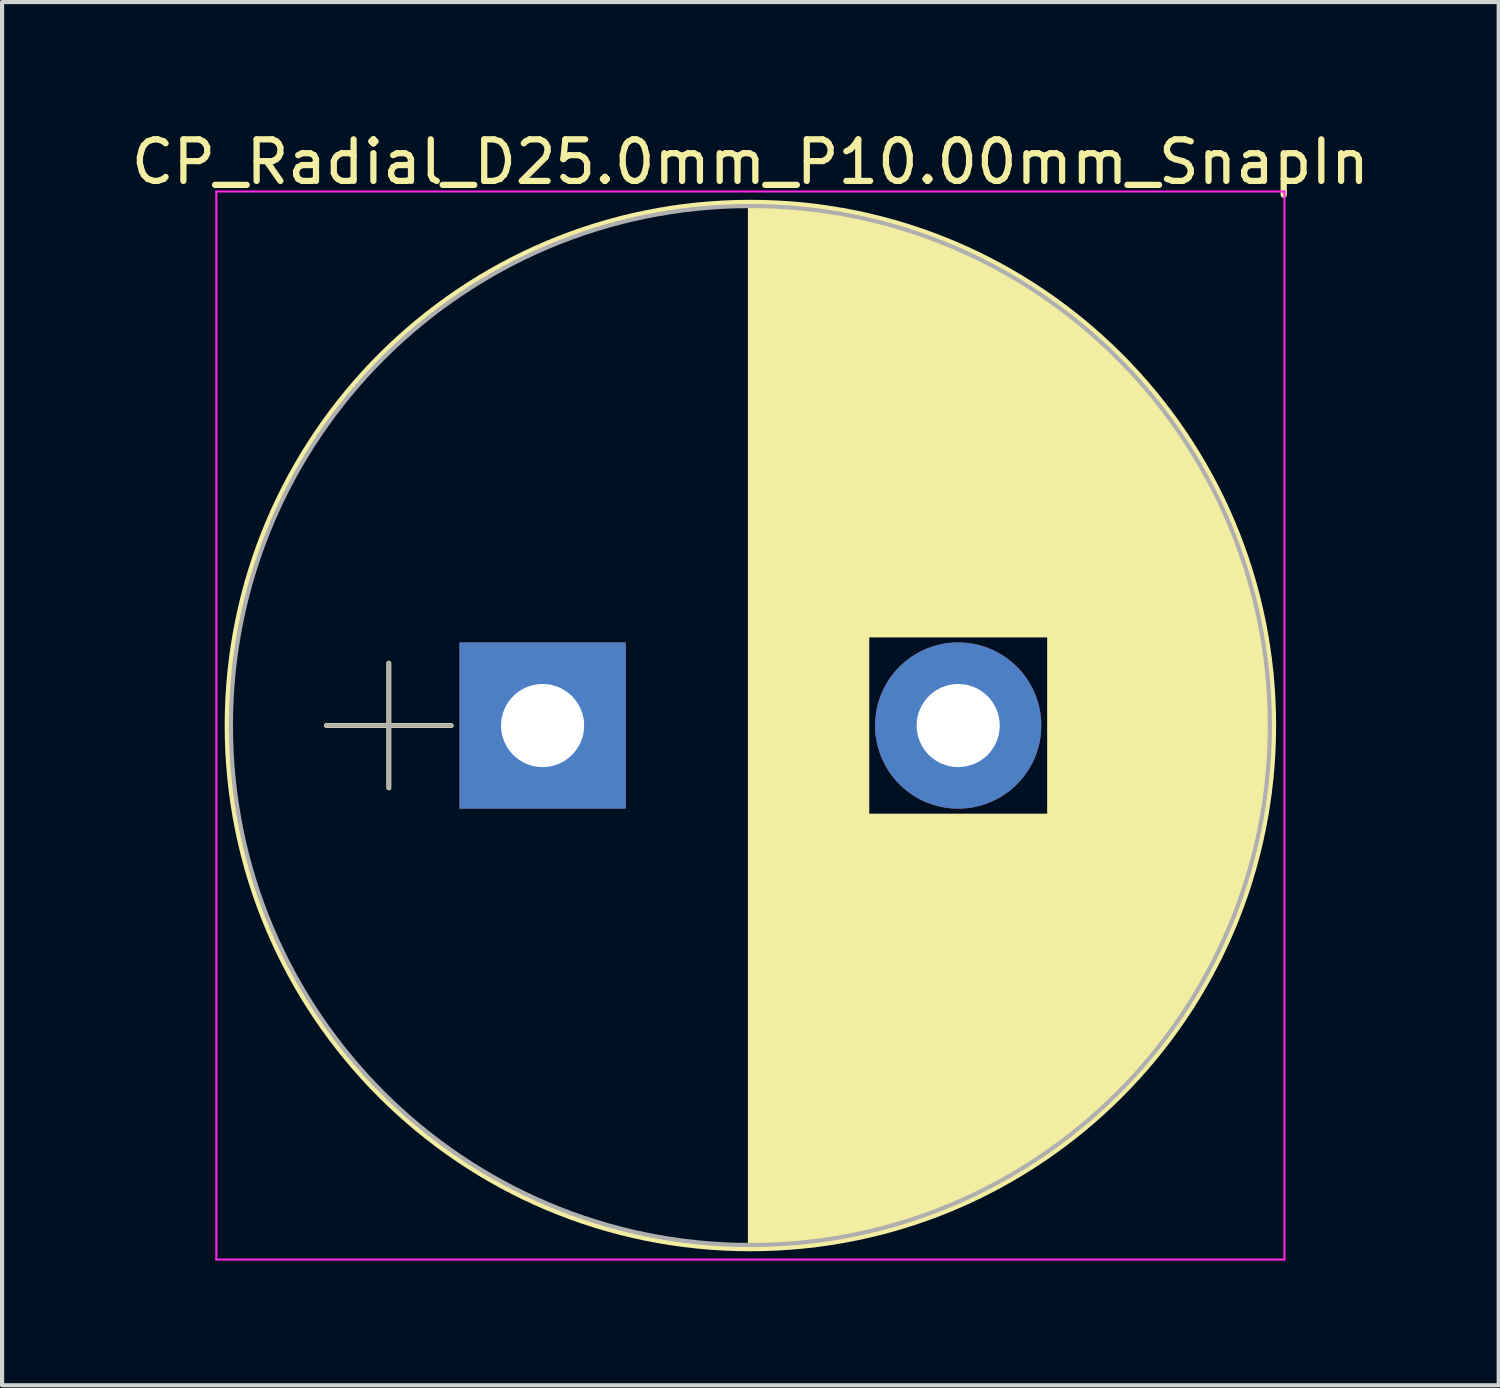
<source format=kicad_pcb>
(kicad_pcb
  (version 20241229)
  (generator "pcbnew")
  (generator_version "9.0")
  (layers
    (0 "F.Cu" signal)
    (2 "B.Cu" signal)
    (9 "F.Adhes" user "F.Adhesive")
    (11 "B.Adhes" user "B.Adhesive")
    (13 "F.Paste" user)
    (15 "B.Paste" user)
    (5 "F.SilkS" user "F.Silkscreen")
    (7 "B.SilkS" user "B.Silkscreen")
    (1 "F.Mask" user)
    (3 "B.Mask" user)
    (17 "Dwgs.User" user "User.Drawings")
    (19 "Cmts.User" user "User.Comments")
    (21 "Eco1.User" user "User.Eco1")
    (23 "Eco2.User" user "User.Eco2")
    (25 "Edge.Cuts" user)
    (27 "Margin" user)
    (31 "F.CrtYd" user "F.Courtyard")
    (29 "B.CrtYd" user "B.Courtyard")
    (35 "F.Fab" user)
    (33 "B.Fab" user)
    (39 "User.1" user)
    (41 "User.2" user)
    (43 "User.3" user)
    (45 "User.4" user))
  (footprint "CP_Radial_D25.0mm_P10.00mm_SnapIn"
    (layer "F.Cu")
    (at 10.006 14.408)
    (property "Reference" "CP_Radial_D25.0mm_P10.00mm_SnapIn" (at 5 -13.56 0) (layer "F.SilkS") (effects (font (size 1 1) (thickness 0.15))))
    (attr through_hole)
    (fp_line (start -5.2 0) (end -2.2 0) (stroke (width 0.12) (type solid)) (layer "F.SilkS"))
    (fp_line (start -3.7 -1.5) (end -3.7 1.5) (stroke (width 0.12) (type solid)) (layer "F.SilkS"))
    (fp_line (start 5 -12.55) (end 5 12.55) (stroke (width 0.12) (type solid)) (layer "F.SilkS"))
    (fp_line (start 5.04 -12.55) (end 5.04 12.55) (stroke (width 0.12) (type solid)) (layer "F.SilkS"))
    (fp_line (start 5.08 -12.55) (end 5.08 12.55) (stroke (width 0.12) (type solid)) (layer "F.SilkS"))
    (fp_line (start 5.12 -12.55) (end 5.12 12.55) (stroke (width 0.12) (type solid)) (layer "F.SilkS"))
    (fp_line (start 5.16 -12.549) (end 5.16 12.549) (stroke (width 0.12) (type solid)) (layer "F.SilkS"))
    (fp_line (start 5.2 -12.549) (end 5.2 12.549) (stroke (width 0.12) (type solid)) (layer "F.SilkS"))
    (fp_line (start 5.24 -12.548) (end 5.24 12.548) (stroke (width 0.12) (type solid)) (layer "F.SilkS"))
    (fp_line (start 5.28 -12.547) (end 5.28 12.547) (stroke (width 0.12) (type solid)) (layer "F.SilkS"))
    (fp_line (start 5.32 -12.546) (end 5.32 12.546) (stroke (width 0.12) (type solid)) (layer "F.SilkS"))
    (fp_line (start 5.36 -12.545) (end 5.36 12.545) (stroke (width 0.12) (type solid)) (layer "F.SilkS"))
    (fp_line (start 5.4 -12.544) (end 5.4 12.544) (stroke (width 0.12) (type solid)) (layer "F.SilkS"))
    (fp_line (start 5.44 -12.543) (end 5.44 12.543) (stroke (width 0.12) (type solid)) (layer "F.SilkS"))
    (fp_line (start 5.48 -12.541) (end 5.48 12.541) (stroke (width 0.12) (type solid)) (layer "F.SilkS"))
    (fp_line (start 5.52 -12.54) (end 5.52 12.54) (stroke (width 0.12) (type solid)) (layer "F.SilkS"))
    (fp_line (start 5.56 -12.538) (end 5.56 12.538) (stroke (width 0.12) (type solid)) (layer "F.SilkS"))
    (fp_line (start 5.6 -12.536) (end 5.6 12.536) (stroke (width 0.12) (type solid)) (layer "F.SilkS"))
    (fp_line (start 5.64 -12.534) (end 5.64 12.534) (stroke (width 0.12) (type solid)) (layer "F.SilkS"))
    (fp_line (start 5.68 -12.532) (end 5.68 12.532) (stroke (width 0.12) (type solid)) (layer "F.SilkS"))
    (fp_line (start 5.721 -12.53) (end 5.721 12.53) (stroke (width 0.12) (type solid)) (layer "F.SilkS"))
    (fp_line (start 5.761 -12.528) (end 5.761 12.528) (stroke (width 0.12) (type solid)) (layer "F.SilkS"))
    (fp_line (start 5.801 -12.525) (end 5.801 12.525) (stroke (width 0.12) (type solid)) (layer "F.SilkS"))
    (fp_line (start 5.841 -12.522) (end 5.841 12.522) (stroke (width 0.12) (type solid)) (layer "F.SilkS"))
    (fp_line (start 5.881 -12.52) (end 5.881 12.52) (stroke (width 0.12) (type solid)) (layer "F.SilkS"))
    (fp_line (start 5.921 -12.517) (end 5.921 12.517) (stroke (width 0.12) (type solid)) (layer "F.SilkS"))
    (fp_line (start 5.961 -12.514) (end 5.961 12.514) (stroke (width 0.12) (type solid)) (layer "F.SilkS"))
    (fp_line (start 6.001 -12.511) (end 6.001 12.511) (stroke (width 0.12) (type solid)) (layer "F.SilkS"))
    (fp_line (start 6.041 -12.507) (end 6.041 12.507) (stroke (width 0.12) (type solid)) (layer "F.SilkS"))
    (fp_line (start 6.081 -12.504) (end 6.081 12.504) (stroke (width 0.12) (type solid)) (layer "F.SilkS"))
    (fp_line (start 6.121 -12.501) (end 6.121 12.501) (stroke (width 0.12) (type solid)) (layer "F.SilkS"))
    (fp_line (start 6.161 -12.497) (end 6.161 12.497) (stroke (width 0.12) (type solid)) (layer "F.SilkS"))
    (fp_line (start 6.201 -12.493) (end 6.201 12.493) (stroke (width 0.12) (type solid)) (layer "F.SilkS"))
    (fp_line (start 6.241 -12.489) (end 6.241 12.489) (stroke (width 0.12) (type solid)) (layer "F.SilkS"))
    (fp_line (start 6.281 -12.485) (end 6.281 12.485) (stroke (width 0.12) (type solid)) (layer "F.SilkS"))
    (fp_line (start 6.321 -12.481) (end 6.321 12.481) (stroke (width 0.12) (type solid)) (layer "F.SilkS"))
    (fp_line (start 6.361 -12.477) (end 6.361 12.477) (stroke (width 0.12) (type solid)) (layer "F.SilkS"))
    (fp_line (start 6.401 -12.472) (end 6.401 12.472) (stroke (width 0.12) (type solid)) (layer "F.SilkS"))
    (fp_line (start 6.441 -12.468) (end 6.441 12.468) (stroke (width 0.12) (type solid)) (layer "F.SilkS"))
    (fp_line (start 6.481 -12.463) (end 6.481 12.463) (stroke (width 0.12) (type solid)) (layer "F.SilkS"))
    (fp_line (start 6.521 -12.458) (end 6.521 12.458) (stroke (width 0.12) (type solid)) (layer "F.SilkS"))
    (fp_line (start 6.561 -12.453) (end 6.561 12.453) (stroke (width 0.12) (type solid)) (layer "F.SilkS"))
    (fp_line (start 6.601 -12.448) (end 6.601 12.448) (stroke (width 0.12) (type solid)) (layer "F.SilkS"))
    (fp_line (start 6.641 -12.443) (end 6.641 12.443) (stroke (width 0.12) (type solid)) (layer "F.SilkS"))
    (fp_line (start 6.681 -12.438) (end 6.681 12.438) (stroke (width 0.12) (type solid)) (layer "F.SilkS"))
    (fp_line (start 6.721 -12.432) (end 6.721 12.432) (stroke (width 0.12) (type solid)) (layer "F.SilkS"))
    (fp_line (start 6.761 -12.427) (end 6.761 12.427) (stroke (width 0.12) (type solid)) (layer "F.SilkS"))
    (fp_line (start 6.801 -12.421) (end 6.801 12.421) (stroke (width 0.12) (type solid)) (layer "F.SilkS"))
    (fp_line (start 6.841 -12.415) (end 6.841 12.415) (stroke (width 0.12) (type solid)) (layer "F.SilkS"))
    (fp_line (start 6.881 -12.409) (end 6.881 12.409) (stroke (width 0.12) (type solid)) (layer "F.SilkS"))
    (fp_line (start 6.921 -12.403) (end 6.921 12.403) (stroke (width 0.12) (type solid)) (layer "F.SilkS"))
    (fp_line (start 6.961 -12.397) (end 6.961 12.397) (stroke (width 0.12) (type solid)) (layer "F.SilkS"))
    (fp_line (start 7.001 -12.391) (end 7.001 12.391) (stroke (width 0.12) (type solid)) (layer "F.SilkS"))
    (fp_line (start 7.041 -12.384) (end 7.041 12.384) (stroke (width 0.12) (type solid)) (layer "F.SilkS"))
    (fp_line (start 7.081 -12.377) (end 7.081 12.377) (stroke (width 0.12) (type solid)) (layer "F.SilkS"))
    (fp_line (start 7.121 -12.371) (end 7.121 12.371) (stroke (width 0.12) (type solid)) (layer "F.SilkS"))
    (fp_line (start 7.161 -12.364) (end 7.161 12.364) (stroke (width 0.12) (type solid)) (layer "F.SilkS"))
    (fp_line (start 7.201 -12.357) (end 7.201 12.357) (stroke (width 0.12) (type solid)) (layer "F.SilkS"))
    (fp_line (start 7.241 -12.35) (end 7.241 12.35) (stroke (width 0.12) (type solid)) (layer "F.SilkS"))
    (fp_line (start 7.281 -12.342) (end 7.281 12.342) (stroke (width 0.12) (type solid)) (layer "F.SilkS"))
    (fp_line (start 7.321 -12.335) (end 7.321 12.335) (stroke (width 0.12) (type solid)) (layer "F.SilkS"))
    (fp_line (start 7.361 -12.327) (end 7.361 12.327) (stroke (width 0.12) (type solid)) (layer "F.SilkS"))
    (fp_line (start 7.401 -12.32) (end 7.401 12.32) (stroke (width 0.12) (type solid)) (layer "F.SilkS"))
    (fp_line (start 7.441 -12.312) (end 7.441 12.312) (stroke (width 0.12) (type solid)) (layer "F.SilkS"))
    (fp_line (start 7.481 -12.304) (end 7.481 12.304) (stroke (width 0.12) (type solid)) (layer "F.SilkS"))
    (fp_line (start 7.521 -12.296) (end 7.521 12.296) (stroke (width 0.12) (type solid)) (layer "F.SilkS"))
    (fp_line (start 7.561 -12.287) (end 7.561 12.287) (stroke (width 0.12) (type solid)) (layer "F.SilkS"))
    (fp_line (start 7.601 -12.279) (end 7.601 12.279) (stroke (width 0.12) (type solid)) (layer "F.SilkS"))
    (fp_line (start 7.641 -12.271) (end 7.641 12.271) (stroke (width 0.12) (type solid)) (layer "F.SilkS"))
    (fp_line (start 7.681 -12.262) (end 7.681 12.262) (stroke (width 0.12) (type solid)) (layer "F.SilkS"))
    (fp_line (start 7.721 -12.253) (end 7.721 12.253) (stroke (width 0.12) (type solid)) (layer "F.SilkS"))
    (fp_line (start 7.761 -12.244) (end 7.761 12.244) (stroke (width 0.12) (type solid)) (layer "F.SilkS"))
    (fp_line (start 7.801 -12.235) (end 7.801 12.235) (stroke (width 0.12) (type solid)) (layer "F.SilkS"))
    (fp_line (start 7.841 -12.226) (end 7.841 -2.18) (stroke (width 0.12) (type solid)) (layer "F.SilkS"))
    (fp_line (start 7.841 2.18) (end 7.841 12.226) (stroke (width 0.12) (type solid)) (layer "F.SilkS"))
    (fp_line (start 7.881 -12.217) (end 7.881 -2.18) (stroke (width 0.12) (type solid)) (layer "F.SilkS"))
    (fp_line (start 7.881 2.18) (end 7.881 12.217) (stroke (width 0.12) (type solid)) (layer "F.SilkS"))
    (fp_line (start 7.921 -12.207) (end 7.921 -2.18) (stroke (width 0.12) (type solid)) (layer "F.SilkS"))
    (fp_line (start 7.921 2.18) (end 7.921 12.207) (stroke (width 0.12) (type solid)) (layer "F.SilkS"))
    (fp_line (start 7.961 -12.198) (end 7.961 -2.18) (stroke (width 0.12) (type solid)) (layer "F.SilkS"))
    (fp_line (start 7.961 2.18) (end 7.961 12.198) (stroke (width 0.12) (type solid)) (layer "F.SilkS"))
    (fp_line (start 8.001 -12.188) (end 8.001 -2.18) (stroke (width 0.12) (type solid)) (layer "F.SilkS"))
    (fp_line (start 8.001 2.18) (end 8.001 12.188) (stroke (width 0.12) (type solid)) (layer "F.SilkS"))
    (fp_line (start 8.041 -12.178) (end 8.041 -2.18) (stroke (width 0.12) (type solid)) (layer "F.SilkS"))
    (fp_line (start 8.041 2.18) (end 8.041 12.178) (stroke (width 0.12) (type solid)) (layer "F.SilkS"))
    (fp_line (start 8.081 -12.168) (end 8.081 -2.18) (stroke (width 0.12) (type solid)) (layer "F.SilkS"))
    (fp_line (start 8.081 2.18) (end 8.081 12.168) (stroke (width 0.12) (type solid)) (layer "F.SilkS"))
    (fp_line (start 8.121 -12.158) (end 8.121 -2.18) (stroke (width 0.12) (type solid)) (layer "F.SilkS"))
    (fp_line (start 8.121 2.18) (end 8.121 12.158) (stroke (width 0.12) (type solid)) (layer "F.SilkS"))
    (fp_line (start 8.161 -12.147) (end 8.161 -2.18) (stroke (width 0.12) (type solid)) (layer "F.SilkS"))
    (fp_line (start 8.161 2.18) (end 8.161 12.147) (stroke (width 0.12) (type solid)) (layer "F.SilkS"))
    (fp_line (start 8.201 -12.137) (end 8.201 -2.18) (stroke (width 0.12) (type solid)) (layer "F.SilkS"))
    (fp_line (start 8.201 2.18) (end 8.201 12.137) (stroke (width 0.12) (type solid)) (layer "F.SilkS"))
    (fp_line (start 8.241 -12.126) (end 8.241 -2.18) (stroke (width 0.12) (type solid)) (layer "F.SilkS"))
    (fp_line (start 8.241 2.18) (end 8.241 12.126) (stroke (width 0.12) (type solid)) (layer "F.SilkS"))
    (fp_line (start 8.281 -12.116) (end 8.281 -2.18) (stroke (width 0.12) (type solid)) (layer "F.SilkS"))
    (fp_line (start 8.281 2.18) (end 8.281 12.116) (stroke (width 0.12) (type solid)) (layer "F.SilkS"))
    (fp_line (start 8.321 -12.105) (end 8.321 -2.18) (stroke (width 0.12) (type solid)) (layer "F.SilkS"))
    (fp_line (start 8.321 2.18) (end 8.321 12.105) (stroke (width 0.12) (type solid)) (layer "F.SilkS"))
    (fp_line (start 8.361 -12.094) (end 8.361 -2.18) (stroke (width 0.12) (type solid)) (layer "F.SilkS"))
    (fp_line (start 8.361 2.18) (end 8.361 12.094) (stroke (width 0.12) (type solid)) (layer "F.SilkS"))
    (fp_line (start 8.401 -12.083) (end 8.401 -2.18) (stroke (width 0.12) (type solid)) (layer "F.SilkS"))
    (fp_line (start 8.401 2.18) (end 8.401 12.083) (stroke (width 0.12) (type solid)) (layer "F.SilkS"))
    (fp_line (start 8.441 -12.071) (end 8.441 -2.18) (stroke (width 0.12) (type solid)) (layer "F.SilkS"))
    (fp_line (start 8.441 2.18) (end 8.441 12.071) (stroke (width 0.12) (type solid)) (layer "F.SilkS"))
    (fp_line (start 8.481 -12.06) (end 8.481 -2.18) (stroke (width 0.12) (type solid)) (layer "F.SilkS"))
    (fp_line (start 8.481 2.18) (end 8.481 12.06) (stroke (width 0.12) (type solid)) (layer "F.SilkS"))
    (fp_line (start 8.521 -12.048) (end 8.521 -2.18) (stroke (width 0.12) (type solid)) (layer "F.SilkS"))
    (fp_line (start 8.521 2.18) (end 8.521 12.048) (stroke (width 0.12) (type solid)) (layer "F.SilkS"))
    (fp_line (start 8.561 -12.037) (end 8.561 -2.18) (stroke (width 0.12) (type solid)) (layer "F.SilkS"))
    (fp_line (start 8.561 2.18) (end 8.561 12.037) (stroke (width 0.12) (type solid)) (layer "F.SilkS"))
    (fp_line (start 8.601 -12.025) (end 8.601 -2.18) (stroke (width 0.12) (type solid)) (layer "F.SilkS"))
    (fp_line (start 8.601 2.18) (end 8.601 12.025) (stroke (width 0.12) (type solid)) (layer "F.SilkS"))
    (fp_line (start 8.641 -12.013) (end 8.641 -2.18) (stroke (width 0.12) (type solid)) (layer "F.SilkS"))
    (fp_line (start 8.641 2.18) (end 8.641 12.013) (stroke (width 0.12) (type solid)) (layer "F.SilkS"))
    (fp_line (start 8.681 -12.001) (end 8.681 -2.18) (stroke (width 0.12) (type solid)) (layer "F.SilkS"))
    (fp_line (start 8.681 2.18) (end 8.681 12.001) (stroke (width 0.12) (type solid)) (layer "F.SilkS"))
    (fp_line (start 8.721 -11.988) (end 8.721 -2.18) (stroke (width 0.12) (type solid)) (layer "F.SilkS"))
    (fp_line (start 8.721 2.18) (end 8.721 11.988) (stroke (width 0.12) (type solid)) (layer "F.SilkS"))
    (fp_line (start 8.761 -11.976) (end 8.761 -2.18) (stroke (width 0.12) (type solid)) (layer "F.SilkS"))
    (fp_line (start 8.761 2.18) (end 8.761 11.976) (stroke (width 0.12) (type solid)) (layer "F.SilkS"))
    (fp_line (start 8.801 -11.963) (end 8.801 -2.18) (stroke (width 0.12) (type solid)) (layer "F.SilkS"))
    (fp_line (start 8.801 2.18) (end 8.801 11.963) (stroke (width 0.12) (type solid)) (layer "F.SilkS"))
    (fp_line (start 8.841 -11.951) (end 8.841 -2.18) (stroke (width 0.12) (type solid)) (layer "F.SilkS"))
    (fp_line (start 8.841 2.18) (end 8.841 11.951) (stroke (width 0.12) (type solid)) (layer "F.SilkS"))
    (fp_line (start 8.881 -11.938) (end 8.881 -2.18) (stroke (width 0.12) (type solid)) (layer "F.SilkS"))
    (fp_line (start 8.881 2.18) (end 8.881 11.938) (stroke (width 0.12) (type solid)) (layer "F.SilkS"))
    (fp_line (start 8.921 -11.925) (end 8.921 -2.18) (stroke (width 0.12) (type solid)) (layer "F.SilkS"))
    (fp_line (start 8.921 2.18) (end 8.921 11.925) (stroke (width 0.12) (type solid)) (layer "F.SilkS"))
    (fp_line (start 8.961 -11.912) (end 8.961 -2.18) (stroke (width 0.12) (type solid)) (layer "F.SilkS"))
    (fp_line (start 8.961 2.18) (end 8.961 11.912) (stroke (width 0.12) (type solid)) (layer "F.SilkS"))
    (fp_line (start 9.001 -11.898) (end 9.001 -2.18) (stroke (width 0.12) (type solid)) (layer "F.SilkS"))
    (fp_line (start 9.001 2.18) (end 9.001 11.898) (stroke (width 0.12) (type solid)) (layer "F.SilkS"))
    (fp_line (start 9.041 -11.885) (end 9.041 -2.18) (stroke (width 0.12) (type solid)) (layer "F.SilkS"))
    (fp_line (start 9.041 2.18) (end 9.041 11.885) (stroke (width 0.12) (type solid)) (layer "F.SilkS"))
    (fp_line (start 9.081 -11.871) (end 9.081 -2.18) (stroke (width 0.12) (type solid)) (layer "F.SilkS"))
    (fp_line (start 9.081 2.18) (end 9.081 11.871) (stroke (width 0.12) (type solid)) (layer "F.SilkS"))
    (fp_line (start 9.121 -11.857) (end 9.121 -2.18) (stroke (width 0.12) (type solid)) (layer "F.SilkS"))
    (fp_line (start 9.121 2.18) (end 9.121 11.857) (stroke (width 0.12) (type solid)) (layer "F.SilkS"))
    (fp_line (start 9.161 -11.843) (end 9.161 -2.18) (stroke (width 0.12) (type solid)) (layer "F.SilkS"))
    (fp_line (start 9.161 2.18) (end 9.161 11.843) (stroke (width 0.12) (type solid)) (layer "F.SilkS"))
    (fp_line (start 9.201 -11.829) (end 9.201 -2.18) (stroke (width 0.12) (type solid)) (layer "F.SilkS"))
    (fp_line (start 9.201 2.18) (end 9.201 11.829) (stroke (width 0.12) (type solid)) (layer "F.SilkS"))
    (fp_line (start 9.241 -11.815) (end 9.241 -2.18) (stroke (width 0.12) (type solid)) (layer "F.SilkS"))
    (fp_line (start 9.241 2.18) (end 9.241 11.815) (stroke (width 0.12) (type solid)) (layer "F.SilkS"))
    (fp_line (start 9.281 -11.801) (end 9.281 -2.18) (stroke (width 0.12) (type solid)) (layer "F.SilkS"))
    (fp_line (start 9.281 2.18) (end 9.281 11.801) (stroke (width 0.12) (type solid)) (layer "F.SilkS"))
    (fp_line (start 9.321 -11.786) (end 9.321 -2.18) (stroke (width 0.12) (type solid)) (layer "F.SilkS"))
    (fp_line (start 9.321 2.18) (end 9.321 11.786) (stroke (width 0.12) (type solid)) (layer "F.SilkS"))
    (fp_line (start 9.361 -11.771) (end 9.361 -2.18) (stroke (width 0.12) (type solid)) (layer "F.SilkS"))
    (fp_line (start 9.361 2.18) (end 9.361 11.771) (stroke (width 0.12) (type solid)) (layer "F.SilkS"))
    (fp_line (start 9.401 -11.757) (end 9.401 -2.18) (stroke (width 0.12) (type solid)) (layer "F.SilkS"))
    (fp_line (start 9.401 2.18) (end 9.401 11.757) (stroke (width 0.12) (type solid)) (layer "F.SilkS"))
    (fp_line (start 9.441 -11.742) (end 9.441 -2.18) (stroke (width 0.12) (type solid)) (layer "F.SilkS"))
    (fp_line (start 9.441 2.18) (end 9.441 11.742) (stroke (width 0.12) (type solid)) (layer "F.SilkS"))
    (fp_line (start 9.481 -11.726) (end 9.481 -2.18) (stroke (width 0.12) (type solid)) (layer "F.SilkS"))
    (fp_line (start 9.481 2.18) (end 9.481 11.726) (stroke (width 0.12) (type solid)) (layer "F.SilkS"))
    (fp_line (start 9.521 -11.711) (end 9.521 -2.18) (stroke (width 0.12) (type solid)) (layer "F.SilkS"))
    (fp_line (start 9.521 2.18) (end 9.521 11.711) (stroke (width 0.12) (type solid)) (layer "F.SilkS"))
    (fp_line (start 9.561 -11.696) (end 9.561 -2.18) (stroke (width 0.12) (type solid)) (layer "F.SilkS"))
    (fp_line (start 9.561 2.18) (end 9.561 11.696) (stroke (width 0.12) (type solid)) (layer "F.SilkS"))
    (fp_line (start 9.601 -11.68) (end 9.601 -2.18) (stroke (width 0.12) (type solid)) (layer "F.SilkS"))
    (fp_line (start 9.601 2.18) (end 9.601 11.68) (stroke (width 0.12) (type solid)) (layer "F.SilkS"))
    (fp_line (start 9.641 -11.664) (end 9.641 -2.18) (stroke (width 0.12) (type solid)) (layer "F.SilkS"))
    (fp_line (start 9.641 2.18) (end 9.641 11.664) (stroke (width 0.12) (type solid)) (layer "F.SilkS"))
    (fp_line (start 9.681 -11.648) (end 9.681 -2.18) (stroke (width 0.12) (type solid)) (layer "F.SilkS"))
    (fp_line (start 9.681 2.18) (end 9.681 11.648) (stroke (width 0.12) (type solid)) (layer "F.SilkS"))
    (fp_line (start 9.721 -11.632) (end 9.721 -2.18) (stroke (width 0.12) (type solid)) (layer "F.SilkS"))
    (fp_line (start 9.721 2.18) (end 9.721 11.632) (stroke (width 0.12) (type solid)) (layer "F.SilkS"))
    (fp_line (start 9.761 -11.616) (end 9.761 -2.18) (stroke (width 0.12) (type solid)) (layer "F.SilkS"))
    (fp_line (start 9.761 2.18) (end 9.761 11.616) (stroke (width 0.12) (type solid)) (layer "F.SilkS"))
    (fp_line (start 9.801 -11.6) (end 9.801 -2.18) (stroke (width 0.12) (type solid)) (layer "F.SilkS"))
    (fp_line (start 9.801 2.18) (end 9.801 11.6) (stroke (width 0.12) (type solid)) (layer "F.SilkS"))
    (fp_line (start 9.841 -11.583) (end 9.841 -2.18) (stroke (width 0.12) (type solid)) (layer "F.SilkS"))
    (fp_line (start 9.841 2.18) (end 9.841 11.583) (stroke (width 0.12) (type solid)) (layer "F.SilkS"))
    (fp_line (start 9.881 -11.566) (end 9.881 -2.18) (stroke (width 0.12) (type solid)) (layer "F.SilkS"))
    (fp_line (start 9.881 2.18) (end 9.881 11.566) (stroke (width 0.12) (type solid)) (layer "F.SilkS"))
    (fp_line (start 9.921 -11.549) (end 9.921 -2.18) (stroke (width 0.12) (type solid)) (layer "F.SilkS"))
    (fp_line (start 9.921 2.18) (end 9.921 11.549) (stroke (width 0.12) (type solid)) (layer "F.SilkS"))
    (fp_line (start 9.961 -11.532) (end 9.961 -2.18) (stroke (width 0.12) (type solid)) (layer "F.SilkS"))
    (fp_line (start 9.961 2.18) (end 9.961 11.532) (stroke (width 0.12) (type solid)) (layer "F.SilkS"))
    (fp_line (start 10.001 -11.515) (end 10.001 -2.18) (stroke (width 0.12) (type solid)) (layer "F.SilkS"))
    (fp_line (start 10.001 2.18) (end 10.001 11.515) (stroke (width 0.12) (type solid)) (layer "F.SilkS"))
    (fp_line (start 10.041 -11.498) (end 10.041 -2.18) (stroke (width 0.12) (type solid)) (layer "F.SilkS"))
    (fp_line (start 10.041 2.18) (end 10.041 11.498) (stroke (width 0.12) (type solid)) (layer "F.SilkS"))
    (fp_line (start 10.081 -11.48) (end 10.081 -2.18) (stroke (width 0.12) (type solid)) (layer "F.SilkS"))
    (fp_line (start 10.081 2.18) (end 10.081 11.48) (stroke (width 0.12) (type solid)) (layer "F.SilkS"))
    (fp_line (start 10.121 -11.462) (end 10.121 -2.18) (stroke (width 0.12) (type solid)) (layer "F.SilkS"))
    (fp_line (start 10.121 2.18) (end 10.121 11.462) (stroke (width 0.12) (type solid)) (layer "F.SilkS"))
    (fp_line (start 10.161 -11.445) (end 10.161 -2.18) (stroke (width 0.12) (type solid)) (layer "F.SilkS"))
    (fp_line (start 10.161 2.18) (end 10.161 11.445) (stroke (width 0.12) (type solid)) (layer "F.SilkS"))
    (fp_line (start 10.201 -11.426) (end 10.201 -2.18) (stroke (width 0.12) (type solid)) (layer "F.SilkS"))
    (fp_line (start 10.201 2.18) (end 10.201 11.426) (stroke (width 0.12) (type solid)) (layer "F.SilkS"))
    (fp_line (start 10.241 -11.408) (end 10.241 -2.18) (stroke (width 0.12) (type solid)) (layer "F.SilkS"))
    (fp_line (start 10.241 2.18) (end 10.241 11.408) (stroke (width 0.12) (type solid)) (layer "F.SilkS"))
    (fp_line (start 10.281 -11.39) (end 10.281 -2.18) (stroke (width 0.12) (type solid)) (layer "F.SilkS"))
    (fp_line (start 10.281 2.18) (end 10.281 11.39) (stroke (width 0.12) (type solid)) (layer "F.SilkS"))
    (fp_line (start 10.321 -11.371) (end 10.321 -2.18) (stroke (width 0.12) (type solid)) (layer "F.SilkS"))
    (fp_line (start 10.321 2.18) (end 10.321 11.371) (stroke (width 0.12) (type solid)) (layer "F.SilkS"))
    (fp_line (start 10.361 -11.353) (end 10.361 -2.18) (stroke (width 0.12) (type solid)) (layer "F.SilkS"))
    (fp_line (start 10.361 2.18) (end 10.361 11.353) (stroke (width 0.12) (type solid)) (layer "F.SilkS"))
    (fp_line (start 10.401 -11.334) (end 10.401 -2.18) (stroke (width 0.12) (type solid)) (layer "F.SilkS"))
    (fp_line (start 10.401 2.18) (end 10.401 11.334) (stroke (width 0.12) (type solid)) (layer "F.SilkS"))
    (fp_line (start 10.441 -11.315) (end 10.441 -2.18) (stroke (width 0.12) (type solid)) (layer "F.SilkS"))
    (fp_line (start 10.441 2.18) (end 10.441 11.315) (stroke (width 0.12) (type solid)) (layer "F.SilkS"))
    (fp_line (start 10.481 -11.295) (end 10.481 -2.18) (stroke (width 0.12) (type solid)) (layer "F.SilkS"))
    (fp_line (start 10.481 2.18) (end 10.481 11.295) (stroke (width 0.12) (type solid)) (layer "F.SilkS"))
    (fp_line (start 10.521 -11.276) (end 10.521 -2.18) (stroke (width 0.12) (type solid)) (layer "F.SilkS"))
    (fp_line (start 10.521 2.18) (end 10.521 11.276) (stroke (width 0.12) (type solid)) (layer "F.SilkS"))
    (fp_line (start 10.561 -11.256) (end 10.561 -2.18) (stroke (width 0.12) (type solid)) (layer "F.SilkS"))
    (fp_line (start 10.561 2.18) (end 10.561 11.256) (stroke (width 0.12) (type solid)) (layer "F.SilkS"))
    (fp_line (start 10.601 -11.236) (end 10.601 -2.18) (stroke (width 0.12) (type solid)) (layer "F.SilkS"))
    (fp_line (start 10.601 2.18) (end 10.601 11.236) (stroke (width 0.12) (type solid)) (layer "F.SilkS"))
    (fp_line (start 10.641 -11.217) (end 10.641 -2.18) (stroke (width 0.12) (type solid)) (layer "F.SilkS"))
    (fp_line (start 10.641 2.18) (end 10.641 11.217) (stroke (width 0.12) (type solid)) (layer "F.SilkS"))
    (fp_line (start 10.681 -11.196) (end 10.681 -2.18) (stroke (width 0.12) (type solid)) (layer "F.SilkS"))
    (fp_line (start 10.681 2.18) (end 10.681 11.196) (stroke (width 0.12) (type solid)) (layer "F.SilkS"))
    (fp_line (start 10.721 -11.176) (end 10.721 -2.18) (stroke (width 0.12) (type solid)) (layer "F.SilkS"))
    (fp_line (start 10.721 2.18) (end 10.721 11.176) (stroke (width 0.12) (type solid)) (layer "F.SilkS"))
    (fp_line (start 10.761 -11.156) (end 10.761 -2.18) (stroke (width 0.12) (type solid)) (layer "F.SilkS"))
    (fp_line (start 10.761 2.18) (end 10.761 11.156) (stroke (width 0.12) (type solid)) (layer "F.SilkS"))
    (fp_line (start 10.801 -11.135) (end 10.801 -2.18) (stroke (width 0.12) (type solid)) (layer "F.SilkS"))
    (fp_line (start 10.801 2.18) (end 10.801 11.135) (stroke (width 0.12) (type solid)) (layer "F.SilkS"))
    (fp_line (start 10.841 -11.114) (end 10.841 -2.18) (stroke (width 0.12) (type solid)) (layer "F.SilkS"))
    (fp_line (start 10.841 2.18) (end 10.841 11.114) (stroke (width 0.12) (type solid)) (layer "F.SilkS"))
    (fp_line (start 10.881 -11.093) (end 10.881 -2.18) (stroke (width 0.12) (type solid)) (layer "F.SilkS"))
    (fp_line (start 10.881 2.18) (end 10.881 11.093) (stroke (width 0.12) (type solid)) (layer "F.SilkS"))
    (fp_line (start 10.921 -11.072) (end 10.921 -2.18) (stroke (width 0.12) (type solid)) (layer "F.SilkS"))
    (fp_line (start 10.921 2.18) (end 10.921 11.072) (stroke (width 0.12) (type solid)) (layer "F.SilkS"))
    (fp_line (start 10.961 -11.05) (end 10.961 -2.18) (stroke (width 0.12) (type solid)) (layer "F.SilkS"))
    (fp_line (start 10.961 2.18) (end 10.961 11.05) (stroke (width 0.12) (type solid)) (layer "F.SilkS"))
    (fp_line (start 11.001 -11.029) (end 11.001 -2.18) (stroke (width 0.12) (type solid)) (layer "F.SilkS"))
    (fp_line (start 11.001 2.18) (end 11.001 11.029) (stroke (width 0.12) (type solid)) (layer "F.SilkS"))
    (fp_line (start 11.041 -11.007) (end 11.041 -2.18) (stroke (width 0.12) (type solid)) (layer "F.SilkS"))
    (fp_line (start 11.041 2.18) (end 11.041 11.007) (stroke (width 0.12) (type solid)) (layer "F.SilkS"))
    (fp_line (start 11.081 -10.985) (end 11.081 -2.18) (stroke (width 0.12) (type solid)) (layer "F.SilkS"))
    (fp_line (start 11.081 2.18) (end 11.081 10.985) (stroke (width 0.12) (type solid)) (layer "F.SilkS"))
    (fp_line (start 11.121 -10.963) (end 11.121 -2.18) (stroke (width 0.12) (type solid)) (layer "F.SilkS"))
    (fp_line (start 11.121 2.18) (end 11.121 10.963) (stroke (width 0.12) (type solid)) (layer "F.SilkS"))
    (fp_line (start 11.161 -10.941) (end 11.161 -2.18) (stroke (width 0.12) (type solid)) (layer "F.SilkS"))
    (fp_line (start 11.161 2.18) (end 11.161 10.941) (stroke (width 0.12) (type solid)) (layer "F.SilkS"))
    (fp_line (start 11.201 -10.918) (end 11.201 -2.18) (stroke (width 0.12) (type solid)) (layer "F.SilkS"))
    (fp_line (start 11.201 2.18) (end 11.201 10.918) (stroke (width 0.12) (type solid)) (layer "F.SilkS"))
    (fp_line (start 11.241 -10.895) (end 11.241 -2.18) (stroke (width 0.12) (type solid)) (layer "F.SilkS"))
    (fp_line (start 11.241 2.18) (end 11.241 10.895) (stroke (width 0.12) (type solid)) (layer "F.SilkS"))
    (fp_line (start 11.281 -10.872) (end 11.281 -2.18) (stroke (width 0.12) (type solid)) (layer "F.SilkS"))
    (fp_line (start 11.281 2.18) (end 11.281 10.872) (stroke (width 0.12) (type solid)) (layer "F.SilkS"))
    (fp_line (start 11.321 -10.849) (end 11.321 -2.18) (stroke (width 0.12) (type solid)) (layer "F.SilkS"))
    (fp_line (start 11.321 2.18) (end 11.321 10.849) (stroke (width 0.12) (type solid)) (layer "F.SilkS"))
    (fp_line (start 11.361 -10.826) (end 11.361 -2.18) (stroke (width 0.12) (type solid)) (layer "F.SilkS"))
    (fp_line (start 11.361 2.18) (end 11.361 10.826) (stroke (width 0.12) (type solid)) (layer "F.SilkS"))
    (fp_line (start 11.401 -10.802) (end 11.401 -2.18) (stroke (width 0.12) (type solid)) (layer "F.SilkS"))
    (fp_line (start 11.401 2.18) (end 11.401 10.802) (stroke (width 0.12) (type solid)) (layer "F.SilkS"))
    (fp_line (start 11.441 -10.779) (end 11.441 -2.18) (stroke (width 0.12) (type solid)) (layer "F.SilkS"))
    (fp_line (start 11.441 2.18) (end 11.441 10.779) (stroke (width 0.12) (type solid)) (layer "F.SilkS"))
    (fp_line (start 11.481 -10.755) (end 11.481 -2.18) (stroke (width 0.12) (type solid)) (layer "F.SilkS"))
    (fp_line (start 11.481 2.18) (end 11.481 10.755) (stroke (width 0.12) (type solid)) (layer "F.SilkS"))
    (fp_line (start 11.521 -10.731) (end 11.521 -2.18) (stroke (width 0.12) (type solid)) (layer "F.SilkS"))
    (fp_line (start 11.521 2.18) (end 11.521 10.731) (stroke (width 0.12) (type solid)) (layer "F.SilkS"))
    (fp_line (start 11.561 -10.706) (end 11.561 -2.18) (stroke (width 0.12) (type solid)) (layer "F.SilkS"))
    (fp_line (start 11.561 2.18) (end 11.561 10.706) (stroke (width 0.12) (type solid)) (layer "F.SilkS"))
    (fp_line (start 11.601 -10.682) (end 11.601 -2.18) (stroke (width 0.12) (type solid)) (layer "F.SilkS"))
    (fp_line (start 11.601 2.18) (end 11.601 10.682) (stroke (width 0.12) (type solid)) (layer "F.SilkS"))
    (fp_line (start 11.641 -10.657) (end 11.641 -2.18) (stroke (width 0.12) (type solid)) (layer "F.SilkS"))
    (fp_line (start 11.641 2.18) (end 11.641 10.657) (stroke (width 0.12) (type solid)) (layer "F.SilkS"))
    (fp_line (start 11.681 -10.632) (end 11.681 -2.18) (stroke (width 0.12) (type solid)) (layer "F.SilkS"))
    (fp_line (start 11.681 2.18) (end 11.681 10.632) (stroke (width 0.12) (type solid)) (layer "F.SilkS"))
    (fp_line (start 11.721 -10.607) (end 11.721 -2.18) (stroke (width 0.12) (type solid)) (layer "F.SilkS"))
    (fp_line (start 11.721 2.18) (end 11.721 10.607) (stroke (width 0.12) (type solid)) (layer "F.SilkS"))
    (fp_line (start 11.761 -10.582) (end 11.761 -2.18) (stroke (width 0.12) (type solid)) (layer "F.SilkS"))
    (fp_line (start 11.761 2.18) (end 11.761 10.582) (stroke (width 0.12) (type solid)) (layer "F.SilkS"))
    (fp_line (start 11.801 -10.556) (end 11.801 -2.18) (stroke (width 0.12) (type solid)) (layer "F.SilkS"))
    (fp_line (start 11.801 2.18) (end 11.801 10.556) (stroke (width 0.12) (type solid)) (layer "F.SilkS"))
    (fp_line (start 11.841 -10.53) (end 11.841 -2.18) (stroke (width 0.12) (type solid)) (layer "F.SilkS"))
    (fp_line (start 11.841 2.18) (end 11.841 10.53) (stroke (width 0.12) (type solid)) (layer "F.SilkS"))
    (fp_line (start 11.881 -10.504) (end 11.881 -2.18) (stroke (width 0.12) (type solid)) (layer "F.SilkS"))
    (fp_line (start 11.881 2.18) (end 11.881 10.504) (stroke (width 0.12) (type solid)) (layer "F.SilkS"))
    (fp_line (start 11.921 -10.478) (end 11.921 -2.18) (stroke (width 0.12) (type solid)) (layer "F.SilkS"))
    (fp_line (start 11.921 2.18) (end 11.921 10.478) (stroke (width 0.12) (type solid)) (layer "F.SilkS"))
    (fp_line (start 11.961 -10.452) (end 11.961 -2.18) (stroke (width 0.12) (type solid)) (layer "F.SilkS"))
    (fp_line (start 11.961 2.18) (end 11.961 10.452) (stroke (width 0.12) (type solid)) (layer "F.SilkS"))
    (fp_line (start 12.001 -10.425) (end 12.001 -2.18) (stroke (width 0.12) (type solid)) (layer "F.SilkS"))
    (fp_line (start 12.001 2.18) (end 12.001 10.425) (stroke (width 0.12) (type solid)) (layer "F.SilkS"))
    (fp_line (start 12.041 -10.398) (end 12.041 -2.18) (stroke (width 0.12) (type solid)) (layer "F.SilkS"))
    (fp_line (start 12.041 2.18) (end 12.041 10.398) (stroke (width 0.12) (type solid)) (layer "F.SilkS"))
    (fp_line (start 12.081 -10.371) (end 12.081 -2.18) (stroke (width 0.12) (type solid)) (layer "F.SilkS"))
    (fp_line (start 12.081 2.18) (end 12.081 10.371) (stroke (width 0.12) (type solid)) (layer "F.SilkS"))
    (fp_line (start 12.121 -10.344) (end 12.121 -2.18) (stroke (width 0.12) (type solid)) (layer "F.SilkS"))
    (fp_line (start 12.121 2.18) (end 12.121 10.344) (stroke (width 0.12) (type solid)) (layer "F.SilkS"))
    (fp_line (start 12.161 -10.316) (end 12.161 -2.18) (stroke (width 0.12) (type solid)) (layer "F.SilkS"))
    (fp_line (start 12.161 2.18) (end 12.161 10.316) (stroke (width 0.12) (type solid)) (layer "F.SilkS"))
    (fp_line (start 12.201 -10.289) (end 12.201 10.289) (stroke (width 0.12) (type solid)) (layer "F.SilkS"))
    (fp_line (start 12.241 -10.261) (end 12.241 10.261) (stroke (width 0.12) (type solid)) (layer "F.SilkS"))
    (fp_line (start 12.281 -10.232) (end 12.281 10.232) (stroke (width 0.12) (type solid)) (layer "F.SilkS"))
    (fp_line (start 12.321 -10.204) (end 12.321 10.204) (stroke (width 0.12) (type solid)) (layer "F.SilkS"))
    (fp_line (start 12.361 -10.175) (end 12.361 10.175) (stroke (width 0.12) (type solid)) (layer "F.SilkS"))
    (fp_line (start 12.401 -10.146) (end 12.401 10.146) (stroke (width 0.12) (type solid)) (layer "F.SilkS"))
    (fp_line (start 12.441 -10.117) (end 12.441 10.117) (stroke (width 0.12) (type solid)) (layer "F.SilkS"))
    (fp_line (start 12.481 -10.088) (end 12.481 10.088) (stroke (width 0.12) (type solid)) (layer "F.SilkS"))
    (fp_line (start 12.521 -10.058) (end 12.521 10.058) (stroke (width 0.12) (type solid)) (layer "F.SilkS"))
    (fp_line (start 12.561 -10.028) (end 12.561 10.028) (stroke (width 0.12) (type solid)) (layer "F.SilkS"))
    (fp_line (start 12.601 -9.998) (end 12.601 9.998) (stroke (width 0.12) (type solid)) (layer "F.SilkS"))
    (fp_line (start 12.641 -9.967) (end 12.641 9.967) (stroke (width 0.12) (type solid)) (layer "F.SilkS"))
    (fp_line (start 12.681 -9.937) (end 12.681 9.937) (stroke (width 0.12) (type solid)) (layer "F.SilkS"))
    (fp_line (start 12.721 -9.906) (end 12.721 9.906) (stroke (width 0.12) (type solid)) (layer "F.SilkS"))
    (fp_line (start 12.761 -9.875) (end 12.761 9.875) (stroke (width 0.12) (type solid)) (layer "F.SilkS"))
    (fp_line (start 12.801 -9.843) (end 12.801 9.843) (stroke (width 0.12) (type solid)) (layer "F.SilkS"))
    (fp_line (start 12.841 -9.812) (end 12.841 9.812) (stroke (width 0.12) (type solid)) (layer "F.SilkS"))
    (fp_line (start 12.881 -9.78) (end 12.881 9.78) (stroke (width 0.12) (type solid)) (layer "F.SilkS"))
    (fp_line (start 12.921 -9.747) (end 12.921 9.747) (stroke (width 0.12) (type solid)) (layer "F.SilkS"))
    (fp_line (start 12.961 -9.715) (end 12.961 9.715) (stroke (width 0.12) (type solid)) (layer "F.SilkS"))
    (fp_line (start 13.001 -9.682) (end 13.001 9.682) (stroke (width 0.12) (type solid)) (layer "F.SilkS"))
    (fp_line (start 13.041 -9.649) (end 13.041 9.649) (stroke (width 0.12) (type solid)) (layer "F.SilkS"))
    (fp_line (start 13.081 -9.616) (end 13.081 9.616) (stroke (width 0.12) (type solid)) (layer "F.SilkS"))
    (fp_line (start 13.121 -9.582) (end 13.121 9.582) (stroke (width 0.12) (type solid)) (layer "F.SilkS"))
    (fp_line (start 13.161 -9.548) (end 13.161 9.548) (stroke (width 0.12) (type solid)) (layer "F.SilkS"))
    (fp_line (start 13.2 -9.514) (end 13.2 9.514) (stroke (width 0.12) (type solid)) (layer "F.SilkS"))
    (fp_line (start 13.24 -9.479) (end 13.24 9.479) (stroke (width 0.12) (type solid)) (layer "F.SilkS"))
    (fp_line (start 13.28 -9.445) (end 13.28 9.445) (stroke (width 0.12) (type solid)) (layer "F.SilkS"))
    (fp_line (start 13.32 -9.41) (end 13.32 9.41) (stroke (width 0.12) (type solid)) (layer "F.SilkS"))
    (fp_line (start 13.36 -9.374) (end 13.36 9.374) (stroke (width 0.12) (type solid)) (layer "F.SilkS"))
    (fp_line (start 13.4 -9.339) (end 13.4 9.339) (stroke (width 0.12) (type solid)) (layer "F.SilkS"))
    (fp_line (start 13.44 -9.303) (end 13.44 9.303) (stroke (width 0.12) (type solid)) (layer "F.SilkS"))
    (fp_line (start 13.48 -9.266) (end 13.48 9.266) (stroke (width 0.12) (type solid)) (layer "F.SilkS"))
    (fp_line (start 13.52 -9.23) (end 13.52 9.23) (stroke (width 0.12) (type solid)) (layer "F.SilkS"))
    (fp_line (start 13.56 -9.193) (end 13.56 9.193) (stroke (width 0.12) (type solid)) (layer "F.SilkS"))
    (fp_line (start 13.6 -9.156) (end 13.6 9.156) (stroke (width 0.12) (type solid)) (layer "F.SilkS"))
    (fp_line (start 13.64 -9.118) (end 13.64 9.118) (stroke (width 0.12) (type solid)) (layer "F.SilkS"))
    (fp_line (start 13.68 -9.08) (end 13.68 9.08) (stroke (width 0.12) (type solid)) (layer "F.SilkS"))
    (fp_line (start 13.72 -9.042) (end 13.72 9.042) (stroke (width 0.12) (type solid)) (layer "F.SilkS"))
    (fp_line (start 13.76 -9.003) (end 13.76 9.003) (stroke (width 0.12) (type solid)) (layer "F.SilkS"))
    (fp_line (start 13.8 -8.964) (end 13.8 8.964) (stroke (width 0.12) (type solid)) (layer "F.SilkS"))
    (fp_line (start 13.84 -8.925) (end 13.84 8.925) (stroke (width 0.12) (type solid)) (layer "F.SilkS"))
    (fp_line (start 13.88 -8.885) (end 13.88 8.885) (stroke (width 0.12) (type solid)) (layer "F.SilkS"))
    (fp_line (start 13.92 -8.845) (end 13.92 8.845) (stroke (width 0.12) (type solid)) (layer "F.SilkS"))
    (fp_line (start 13.96 -8.805) (end 13.96 8.805) (stroke (width 0.12) (type solid)) (layer "F.SilkS"))
    (fp_line (start 14 -8.764) (end 14 8.764) (stroke (width 0.12) (type solid)) (layer "F.SilkS"))
    (fp_line (start 14.04 -8.723) (end 14.04 8.723) (stroke (width 0.12) (type solid)) (layer "F.SilkS"))
    (fp_line (start 14.08 -8.682) (end 14.08 8.682) (stroke (width 0.12) (type solid)) (layer "F.SilkS"))
    (fp_line (start 14.12 -8.64) (end 14.12 8.64) (stroke (width 0.12) (type solid)) (layer "F.SilkS"))
    (fp_line (start 14.16 -8.598) (end 14.16 8.598) (stroke (width 0.12) (type solid)) (layer "F.SilkS"))
    (fp_line (start 14.2 -8.555) (end 14.2 8.555) (stroke (width 0.12) (type solid)) (layer "F.SilkS"))
    (fp_line (start 14.24 -8.512) (end 14.24 8.512) (stroke (width 0.12) (type solid)) (layer "F.SilkS"))
    (fp_line (start 14.28 -8.469) (end 14.28 8.469) (stroke (width 0.12) (type solid)) (layer "F.SilkS"))
    (fp_line (start 14.32 -8.425) (end 14.32 8.425) (stroke (width 0.12) (type solid)) (layer "F.SilkS"))
    (fp_line (start 14.36 -8.381) (end 14.36 8.381) (stroke (width 0.12) (type solid)) (layer "F.SilkS"))
    (fp_line (start 14.4 -8.336) (end 14.4 8.336) (stroke (width 0.12) (type solid)) (layer "F.SilkS"))
    (fp_line (start 14.44 -8.291) (end 14.44 8.291) (stroke (width 0.12) (type solid)) (layer "F.SilkS"))
    (fp_line (start 14.48 -8.245) (end 14.48 8.245) (stroke (width 0.12) (type solid)) (layer "F.SilkS"))
    (fp_line (start 14.52 -8.199) (end 14.52 8.199) (stroke (width 0.12) (type solid)) (layer "F.SilkS"))
    (fp_line (start 14.56 -8.153) (end 14.56 8.153) (stroke (width 0.12) (type solid)) (layer "F.SilkS"))
    (fp_line (start 14.6 -8.106) (end 14.6 8.106) (stroke (width 0.12) (type solid)) (layer "F.SilkS"))
    (fp_line (start 14.64 -8.059) (end 14.64 8.059) (stroke (width 0.12) (type solid)) (layer "F.SilkS"))
    (fp_line (start 14.68 -8.011) (end 14.68 8.011) (stroke (width 0.12) (type solid)) (layer "F.SilkS"))
    (fp_line (start 14.72 -7.962) (end 14.72 7.962) (stroke (width 0.12) (type solid)) (layer "F.SilkS"))
    (fp_line (start 14.76 -7.914) (end 14.76 7.914) (stroke (width 0.12) (type solid)) (layer "F.SilkS"))
    (fp_line (start 14.8 -7.864) (end 14.8 7.864) (stroke (width 0.12) (type solid)) (layer "F.SilkS"))
    (fp_line (start 14.84 -7.814) (end 14.84 7.814) (stroke (width 0.12) (type solid)) (layer "F.SilkS"))
    (fp_line (start 14.88 -7.764) (end 14.88 7.764) (stroke (width 0.12) (type solid)) (layer "F.SilkS"))
    (fp_line (start 14.92 -7.713) (end 14.92 7.713) (stroke (width 0.12) (type solid)) (layer "F.SilkS"))
    (fp_line (start 14.96 -7.662) (end 14.96 7.662) (stroke (width 0.12) (type solid)) (layer "F.SilkS"))
    (fp_line (start 15 -7.61) (end 15 7.61) (stroke (width 0.12) (type solid)) (layer "F.SilkS"))
    (fp_line (start 15.04 -7.557) (end 15.04 7.557) (stroke (width 0.12) (type solid)) (layer "F.SilkS"))
    (fp_line (start 15.08 -7.504) (end 15.08 7.504) (stroke (width 0.12) (type solid)) (layer "F.SilkS"))
    (fp_line (start 15.12 -7.45) (end 15.12 7.45) (stroke (width 0.12) (type solid)) (layer "F.SilkS"))
    (fp_line (start 15.16 -7.396) (end 15.16 7.396) (stroke (width 0.12) (type solid)) (layer "F.SilkS"))
    (fp_line (start 15.2 -7.341) (end 15.2 7.341) (stroke (width 0.12) (type solid)) (layer "F.SilkS"))
    (fp_line (start 15.24 -7.285) (end 15.24 7.285) (stroke (width 0.12) (type solid)) (layer "F.SilkS"))
    (fp_line (start 15.28 -7.229) (end 15.28 7.229) (stroke (width 0.12) (type solid)) (layer "F.SilkS"))
    (fp_line (start 15.32 -7.172) (end 15.32 7.172) (stroke (width 0.12) (type solid)) (layer "F.SilkS"))
    (fp_line (start 15.36 -7.114) (end 15.36 7.114) (stroke (width 0.12) (type solid)) (layer "F.SilkS"))
    (fp_line (start 15.4 -7.056) (end 15.4 7.056) (stroke (width 0.12) (type solid)) (layer "F.SilkS"))
    (fp_line (start 15.44 -6.997) (end 15.44 6.997) (stroke (width 0.12) (type solid)) (layer "F.SilkS"))
    (fp_line (start 15.48 -6.937) (end 15.48 6.937) (stroke (width 0.12) (type solid)) (layer "F.SilkS"))
    (fp_line (start 15.52 -6.877) (end 15.52 6.877) (stroke (width 0.12) (type solid)) (layer "F.SilkS"))
    (fp_line (start 15.56 -6.816) (end 15.56 6.816) (stroke (width 0.12) (type solid)) (layer "F.SilkS"))
    (fp_line (start 15.6 -6.754) (end 15.6 6.754) (stroke (width 0.12) (type solid)) (layer "F.SilkS"))
    (fp_line (start 15.64 -6.691) (end 15.64 6.691) (stroke (width 0.12) (type solid)) (layer "F.SilkS"))
    (fp_line (start 15.68 -6.627) (end 15.68 6.627) (stroke (width 0.12) (type solid)) (layer "F.SilkS"))
    (fp_line (start 15.72 -6.563) (end 15.72 6.563) (stroke (width 0.12) (type solid)) (layer "F.SilkS"))
    (fp_line (start 15.76 -6.497) (end 15.76 6.497) (stroke (width 0.12) (type solid)) (layer "F.SilkS"))
    (fp_line (start 15.8 -6.431) (end 15.8 6.431) (stroke (width 0.12) (type solid)) (layer "F.SilkS"))
    (fp_line (start 15.84 -6.364) (end 15.84 6.364) (stroke (width 0.12) (type solid)) (layer "F.SilkS"))
    (fp_line (start 15.88 -6.296) (end 15.88 6.296) (stroke (width 0.12) (type solid)) (layer "F.SilkS"))
    (fp_line (start 15.92 -6.226) (end 15.92 6.226) (stroke (width 0.12) (type solid)) (layer "F.SilkS"))
    (fp_line (start 15.96 -6.156) (end 15.96 6.156) (stroke (width 0.12) (type solid)) (layer "F.SilkS"))
    (fp_line (start 16 -6.085) (end 16 6.085) (stroke (width 0.12) (type solid)) (layer "F.SilkS"))
    (fp_line (start 16.04 -6.012) (end 16.04 6.012) (stroke (width 0.12) (type solid)) (layer "F.SilkS"))
    (fp_line (start 16.08 -5.939) (end 16.08 5.939) (stroke (width 0.12) (type solid)) (layer "F.SilkS"))
    (fp_line (start 16.12 -5.864) (end 16.12 5.864) (stroke (width 0.12) (type solid)) (layer "F.SilkS"))
    (fp_line (start 16.16 -5.788) (end 16.16 5.788) (stroke (width 0.12) (type solid)) (layer "F.SilkS"))
    (fp_line (start 16.2 -5.711) (end 16.2 5.711) (stroke (width 0.12) (type solid)) (layer "F.SilkS"))
    (fp_line (start 16.24 -5.632) (end 16.24 5.632) (stroke (width 0.12) (type solid)) (layer "F.SilkS"))
    (fp_line (start 16.28 -5.552) (end 16.28 5.552) (stroke (width 0.12) (type solid)) (layer "F.SilkS"))
    (fp_line (start 16.32 -5.471) (end 16.32 5.471) (stroke (width 0.12) (type solid)) (layer "F.SilkS"))
    (fp_line (start 16.36 -5.388) (end 16.36 5.388) (stroke (width 0.12) (type solid)) (layer "F.SilkS"))
    (fp_line (start 16.4 -5.304) (end 16.4 5.304) (stroke (width 0.12) (type solid)) (layer "F.SilkS"))
    (fp_line (start 16.44 -5.217) (end 16.44 5.217) (stroke (width 0.12) (type solid)) (layer "F.SilkS"))
    (fp_line (start 16.48 -5.129) (end 16.48 5.129) (stroke (width 0.12) (type solid)) (layer "F.SilkS"))
    (fp_line (start 16.52 -5.04) (end 16.52 5.04) (stroke (width 0.12) (type solid)) (layer "F.SilkS"))
    (fp_line (start 16.56 -4.948) (end 16.56 4.948) (stroke (width 0.12) (type solid)) (layer "F.SilkS"))
    (fp_line (start 16.6 -4.854) (end 16.6 4.854) (stroke (width 0.12) (type solid)) (layer "F.SilkS"))
    (fp_line (start 16.64 -4.758) (end 16.64 4.758) (stroke (width 0.12) (type solid)) (layer "F.SilkS"))
    (fp_line (start 16.68 -4.66) (end 16.68 4.66) (stroke (width 0.12) (type solid)) (layer "F.SilkS"))
    (fp_line (start 16.72 -4.559) (end 16.72 4.559) (stroke (width 0.12) (type solid)) (layer "F.SilkS"))
    (fp_line (start 16.76 -4.456) (end 16.76 4.456) (stroke (width 0.12) (type solid)) (layer "F.SilkS"))
    (fp_line (start 16.8 -4.35) (end 16.8 4.35) (stroke (width 0.12) (type solid)) (layer "F.SilkS"))
    (fp_line (start 16.84 -4.241) (end 16.84 4.241) (stroke (width 0.12) (type solid)) (layer "F.SilkS"))
    (fp_line (start 16.88 -4.129) (end 16.88 4.129) (stroke (width 0.12) (type solid)) (layer "F.SilkS"))
    (fp_line (start 16.92 -4.013) (end 16.92 4.013) (stroke (width 0.12) (type solid)) (layer "F.SilkS"))
    (fp_line (start 16.96 -3.893) (end 16.96 3.893) (stroke (width 0.12) (type solid)) (layer "F.SilkS"))
    (fp_line (start 17 -3.769) (end 17 3.769) (stroke (width 0.12) (type solid)) (layer "F.SilkS"))
    (fp_line (start 17.04 -3.641) (end 17.04 3.641) (stroke (width 0.12) (type solid)) (layer "F.SilkS"))
    (fp_line (start 17.08 -3.508) (end 17.08 3.508) (stroke (width 0.12) (type solid)) (layer "F.SilkS"))
    (fp_line (start 17.12 -3.368) (end 17.12 3.368) (stroke (width 0.12) (type solid)) (layer "F.SilkS"))
    (fp_line (start 17.16 -3.223) (end 17.16 3.223) (stroke (width 0.12) (type solid)) (layer "F.SilkS"))
    (fp_line (start 17.2 -3.07) (end 17.2 3.07) (stroke (width 0.12) (type solid)) (layer "F.SilkS"))
    (fp_line (start 17.24 -2.908) (end 17.24 2.908) (stroke (width 0.12) (type solid)) (layer "F.SilkS"))
    (fp_line (start 17.28 -2.737) (end 17.28 2.737) (stroke (width 0.12) (type solid)) (layer "F.SilkS"))
    (fp_line (start 17.32 -2.554) (end 17.32 2.554) (stroke (width 0.12) (type solid)) (layer "F.SilkS"))
    (fp_line (start 17.36 -2.356) (end 17.36 2.356) (stroke (width 0.12) (type solid)) (layer "F.SilkS"))
    (fp_line (start 17.4 -2.14) (end 17.4 2.14) (stroke (width 0.12) (type solid)) (layer "F.SilkS"))
    (fp_line (start 17.44 -1.898) (end 17.44 1.898) (stroke (width 0.12) (type solid)) (layer "F.SilkS"))
    (fp_line (start 17.48 -1.621) (end 17.48 1.621) (stroke (width 0.12) (type solid)) (layer "F.SilkS"))
    (fp_line (start 17.52 -1.286) (end 17.52 1.286) (stroke (width 0.12) (type solid)) (layer "F.SilkS"))
    (fp_line (start 17.56 -0.829) (end 17.56 0.829) (stroke (width 0.12) (type solid)) (layer "F.SilkS"))
    (fp_circle (center 5 0) (end 17.59 0) (stroke (width 0.12) (type solid)) (fill no) (layer "F.SilkS"))
    (fp_line (start -7.85 -12.85) (end -7.85 12.85) (stroke (width 0.05) (type solid)) (layer "F.CrtYd"))
    (fp_line (start -7.85 12.85) (end 17.85 12.85) (stroke (width 0.05) (type solid)) (layer "F.CrtYd"))
    (fp_line (start 17.85 -12.85) (end -7.85 -12.85) (stroke (width 0.05) (type solid)) (layer "F.CrtYd"))
    (fp_line (start 17.85 12.85) (end 17.85 -12.85) (stroke (width 0.05) (type solid)) (layer "F.CrtYd"))
    (fp_line (start -5.2 0) (end -2.2 0) (stroke (width 0.1) (type solid)) (layer "F.Fab"))
    (fp_line (start -3.7 -1.5) (end -3.7 1.5) (stroke (width 0.1) (type solid)) (layer "F.Fab"))
    (fp_circle (center 5 0) (end 17.5 0) (stroke (width 0.1) (type solid)) (fill no) (layer "F.Fab"))
    (pad "1" thru_hole rect (at 0 0) (size 4 4) (drill 2) (layers "*.Cu" "*.Mask"))
    (pad "2" thru_hole circle (at 10 0) (size 4 4) (drill 2) (layers "*.Cu" "*.Mask")))
  (gr_rect
    (start -3 -3)
    (end 33.012 30.283)
    (stroke (width 0.1) (type default))
    (fill no)
    (layer "Edge.Cuts")))
</source>
